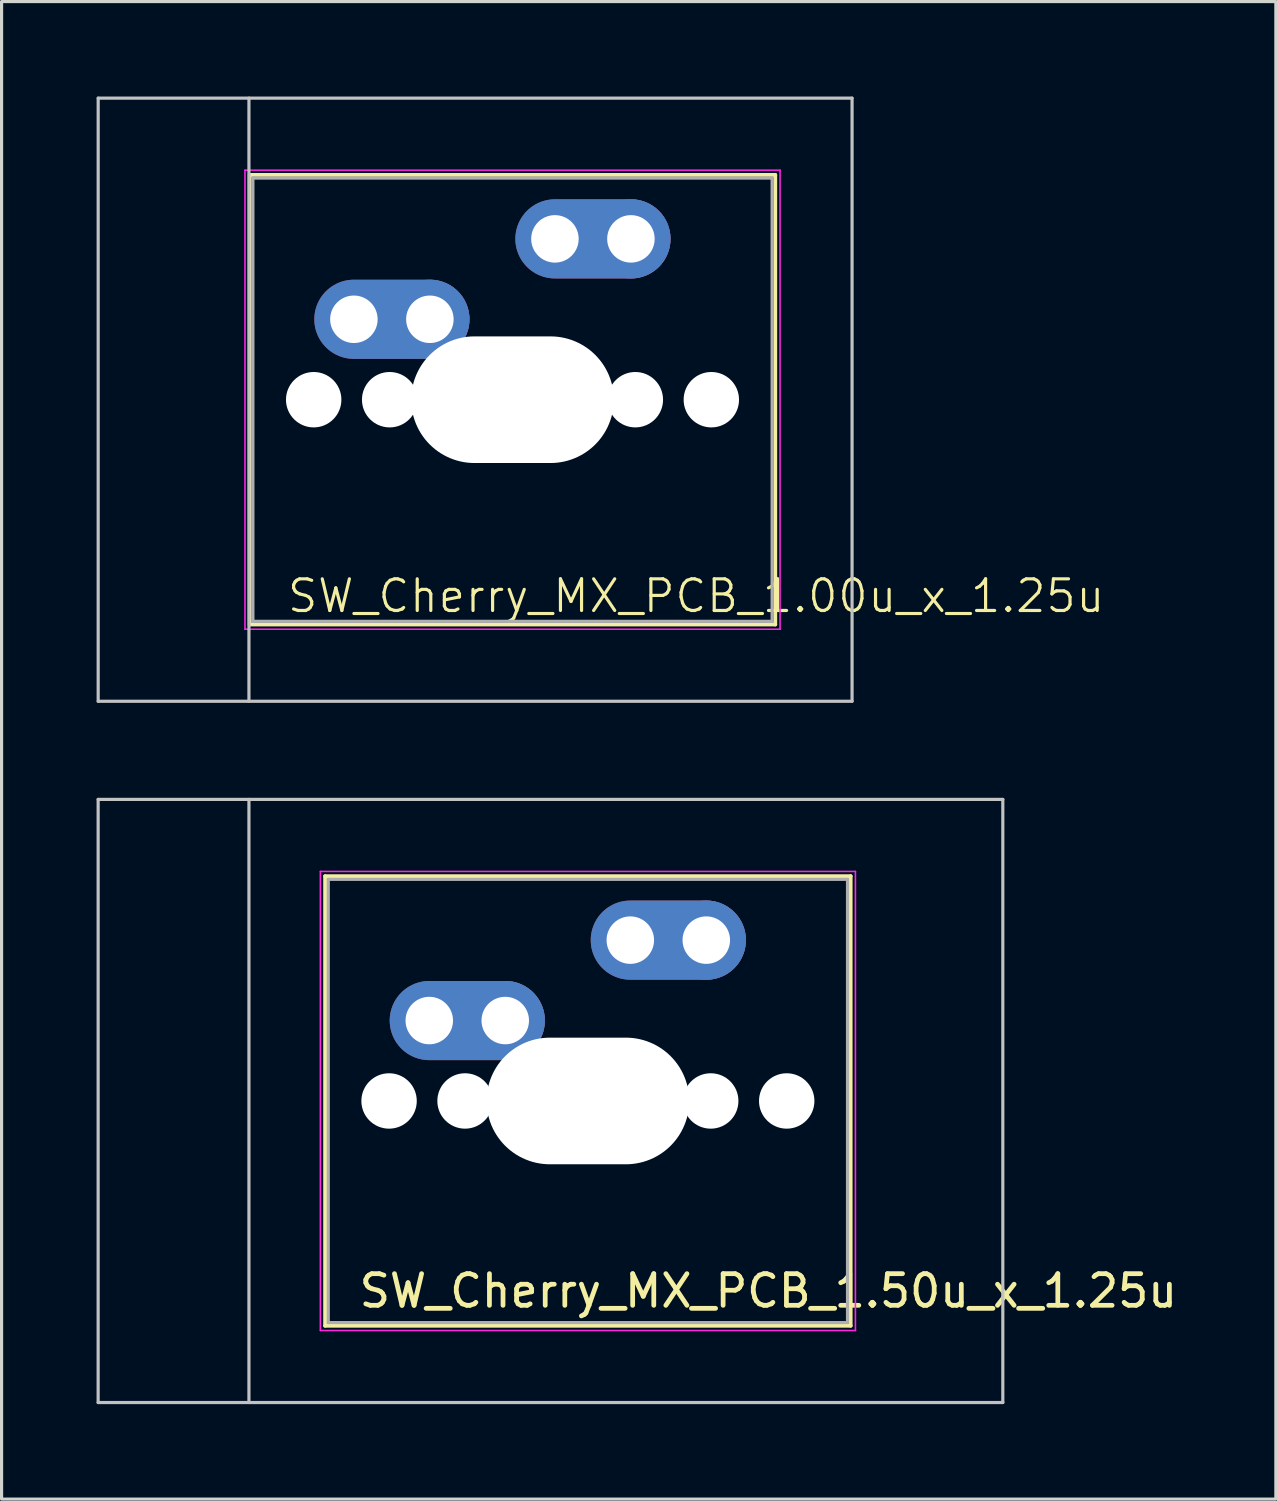
<source format=kicad_pcb>
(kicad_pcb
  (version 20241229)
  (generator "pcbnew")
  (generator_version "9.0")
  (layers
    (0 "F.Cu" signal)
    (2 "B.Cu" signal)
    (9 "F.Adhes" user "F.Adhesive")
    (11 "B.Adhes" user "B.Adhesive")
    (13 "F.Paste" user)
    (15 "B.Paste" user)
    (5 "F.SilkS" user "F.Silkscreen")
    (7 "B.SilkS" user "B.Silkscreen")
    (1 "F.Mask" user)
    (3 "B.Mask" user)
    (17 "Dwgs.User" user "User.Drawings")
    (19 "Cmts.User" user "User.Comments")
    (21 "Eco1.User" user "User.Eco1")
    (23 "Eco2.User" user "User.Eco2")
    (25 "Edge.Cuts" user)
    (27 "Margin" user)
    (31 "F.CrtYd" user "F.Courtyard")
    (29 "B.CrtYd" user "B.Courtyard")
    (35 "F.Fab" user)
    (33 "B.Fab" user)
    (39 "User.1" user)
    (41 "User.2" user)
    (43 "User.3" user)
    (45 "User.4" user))
  (footprint "SW_Cherry_MX_PCB_1.50u_x_1.25u"
    (layer "F.Cu")
    (at 16.719 31.725)
    (property "Reference" "SW_Cherry_MX_PCB_1.50u_x_1.25u" (at 4.5 6 180) (layer "F.SilkS") (effects (font (size 1 1) (thickness 0.15))))
    (attr through_hole)
    (fp_line (start -9.5 -7.1) (end -9.5 7.1) (stroke (width 0.12) (type solid)) (layer "F.SilkS"))
    (fp_line (start -9.5 7.1) (end 7.1 7.1) (stroke (width 0.12) (type solid)) (layer "F.SilkS"))
    (fp_line (start 7.1 -7.1) (end -9.5 -7.1) (stroke (width 0.12) (type solid)) (layer "F.SilkS"))
    (fp_line (start 7.1 7.1) (end 7.1 -7.1) (stroke (width 0.12) (type solid)) (layer "F.SilkS"))
    (fp_line (start -16.669 -9.525) (end -16.669 9.525) (stroke (width 0.1) (type solid)) (layer "Dwgs.User"))
    (fp_line (start -16.669 9.525) (end 11.906 9.525) (stroke (width 0.1) (type solid)) (layer "Dwgs.User"))
    (fp_line (start -11.906 -9.525) (end -11.906 9.525) (stroke (width 0.1) (type solid)) (layer "Dwgs.User"))
    (fp_line (start 11.906 -9.525) (end -16.669 -9.525) (stroke (width 0.1) (type solid)) (layer "Dwgs.User"))
    (fp_line (start 11.906 9.525) (end 11.906 -9.525) (stroke (width 0.1) (type solid)) (layer "Dwgs.User"))
    (fp_line (start -9.4 -7) (end -9.4 7) (stroke (width 0.1) (type solid)) (layer "Eco1.User"))
    (fp_line (start -9.4 7) (end 7 7) (stroke (width 0.1) (type solid)) (layer "Eco1.User"))
    (fp_line (start 7 -7) (end -9.4 -7) (stroke (width 0.1) (type solid)) (layer "Eco1.User"))
    (fp_line (start 7 7) (end 7 -7) (stroke (width 0.1) (type solid)) (layer "Eco1.User"))
    (fp_line (start -9.65 -7.25) (end -9.65 7.25) (stroke (width 0.05) (type solid)) (layer "F.CrtYd"))
    (fp_line (start -9.65 7.25) (end 7.25 7.25) (stroke (width 0.05) (type solid)) (layer "F.CrtYd"))
    (fp_line (start 7.25 -7.25) (end -9.65 -7.25) (stroke (width 0.05) (type solid)) (layer "F.CrtYd"))
    (fp_line (start 7.25 7.25) (end 7.25 -7.25) (stroke (width 0.05) (type solid)) (layer "F.CrtYd"))
    (fp_line (start -9.4 -7) (end -9.4 7) (stroke (width 0.1) (type solid)) (layer "F.Fab"))
    (fp_line (start -9.4 7) (end 7 7) (stroke (width 0.1) (type solid)) (layer "F.Fab"))
    (fp_line (start 7 -7) (end -9.4 -7) (stroke (width 0.1) (type solid)) (layer "F.Fab"))
    (fp_line (start 7 7) (end 7 -7) (stroke (width 0.1) (type solid)) (layer "F.Fab"))
    (pad "" np_thru_hole circle (at -7.48 0) (size 1.75 1.75) (drill 1.75) (layers "*.Cu" "*.Mask"))
    (pad "" np_thru_hole circle (at -5.08 0) (size 1.75 1.75) (drill 1.75) (layers "*.Cu" "*.Mask"))
    (pad "" np_thru_hole oval (at -1.2 0) (size 6.4 4) (drill oval 6.4 4) (layers "*.Cu"))
    (pad "" np_thru_hole circle (at 2.68 0) (size 1.75 1.75) (drill 1.75) (layers "*.Cu" "*.Mask"))
    (pad "" np_thru_hole circle (at 5.08 0) (size 1.75 1.75) (drill 1.75) (layers "*.Cu" "*.Mask"))
    (pad "1" thru_hole oval (at -6.21 -2.54) (size 4.9 2.5) (drill 1.5 (offset 1.2 0)) (layers "*.Cu" "*.Mask"))
    (pad "1" thru_hole circle (at -3.81 -2.54) (size 2.5 2.5) (drill 1.5) (layers "*.Cu" "*.Mask"))
    (pad "2" thru_hole oval (at 0.14 -5.08) (size 4.9 2.5) (drill 1.5 (offset 1.2 0)) (layers "*.Cu" "*.Mask"))
    (pad "2" thru_hole circle (at 2.54 -5.08) (size 2.5 2.5) (drill 1.5) (layers "*.Cu" "*.Mask")))
  (footprint "SW_Cherry_MX_PCB_1.00u_x_1.25u"
    (layer "F.Cu")
    (at 11.938 9.575)
    (property "Reference" "SW_Cherry_MX_PCB_1.00u_x_1.25u" (at 7 6.2 0) (unlocked yes) (layer "F.SilkS") (effects (font (size 1 1) (thickness 0.1))))
    (attr smd)
    (fp_line (start -7.1 -7.1) (end -7.1 7.1) (stroke (width 0.12) (type solid)) (layer "F.SilkS"))
    (fp_line (start -7.1 7.1) (end 9.5 7.1) (stroke (width 0.12) (type solid)) (layer "F.SilkS"))
    (fp_line (start 9.5 -7.1) (end -7.1 -7.1) (stroke (width 0.12) (type solid)) (layer "F.SilkS"))
    (fp_line (start 9.5 7.1) (end 9.5 -7.1) (stroke (width 0.12) (type solid)) (layer "F.SilkS"))
    (fp_line (start -11.887 -9.525) (end -11.887 9.525) (stroke (width 0.1) (type solid)) (layer "Dwgs.User"))
    (fp_line (start -11.887 9.525) (end 11.925 9.525) (stroke (width 0.1) (type solid)) (layer "Dwgs.User"))
    (fp_line (start -7.125 -9.525) (end -7.125 9.525) (stroke (width 0.1) (type solid)) (layer "Dwgs.User"))
    (fp_line (start 11.925 -9.525) (end -11.887 -9.525) (stroke (width 0.1) (type solid)) (layer "Dwgs.User"))
    (fp_line (start 11.925 9.525) (end 11.925 -9.525) (stroke (width 0.1) (type solid)) (layer "Dwgs.User"))
    (fp_line (start -7 -7) (end -7 7) (stroke (width 0.1) (type solid)) (layer "Eco1.User"))
    (fp_line (start -7 7) (end 9.4 7) (stroke (width 0.1) (type solid)) (layer "Eco1.User"))
    (fp_line (start 9.4 -7) (end -7 -7) (stroke (width 0.1) (type solid)) (layer "Eco1.User"))
    (fp_line (start 9.4 7) (end 9.4 -7) (stroke (width 0.1) (type solid)) (layer "Eco1.User"))
    (fp_line (start -7.25 -7.25) (end -7.25 7.25) (stroke (width 0.05) (type solid)) (layer "F.CrtYd"))
    (fp_line (start -7.25 7.25) (end 9.65 7.25) (stroke (width 0.05) (type solid)) (layer "F.CrtYd"))
    (fp_line (start 9.65 -7.25) (end -7.25 -7.25) (stroke (width 0.05) (type solid)) (layer "F.CrtYd"))
    (fp_line (start 9.65 7.25) (end 9.65 -7.25) (stroke (width 0.05) (type solid)) (layer "F.CrtYd"))
    (fp_line (start -7 -7) (end -7 7) (stroke (width 0.1) (type solid)) (layer "F.Fab"))
    (fp_line (start -7 7) (end 9.4 7) (stroke (width 0.1) (type solid)) (layer "F.Fab"))
    (fp_line (start 9.4 -7) (end -7 -7) (stroke (width 0.1) (type solid)) (layer "F.Fab"))
    (fp_line (start 9.4 7) (end 9.4 -7) (stroke (width 0.1) (type solid)) (layer "F.Fab"))
    (pad "" np_thru_hole circle (at -5.08 0) (size 1.75 1.75) (drill 1.75) (layers "*.Cu" "*.Mask"))
    (pad "" np_thru_hole circle (at -2.68 0) (size 1.75 1.75) (drill 1.75) (layers "*.Cu" "*.Mask"))
    (pad "" np_thru_hole oval (at 1.2 0) (size 6.4 4) (drill oval 6.4 4) (layers "*.Cu"))
    (pad "" np_thru_hole circle (at 5.08 0) (size 1.75 1.75) (drill 1.75) (layers "*.Cu" "*.Mask"))
    (pad "" np_thru_hole circle (at 7.48 0) (size 1.75 1.75) (drill 1.75) (layers "*.Cu" "*.Mask"))
    (pad "1" thru_hole oval (at -3.81 -2.54) (size 4.9 2.5) (drill 1.5 (offset 1.2 0)) (layers "*.Cu" "*.Mask"))
    (pad "1" thru_hole circle (at -1.41 -2.54) (size 2.5 2.5) (drill 1.5) (layers "*.Cu" "*.Mask"))
    (pad "2" thru_hole oval (at 2.54 -5.08) (size 4.9 2.5) (drill 1.5 (offset 1.2 0)) (layers "*.Cu" "*.Mask"))
    (pad "2" thru_hole circle (at 4.94 -5.08) (size 2.5 2.5) (drill 1.5) (layers "*.Cu" "*.Mask")))
  (gr_rect
    (start -3 -3)
    (end 37.249 44.3)
    (stroke (width 0.1) (type default))
    (fill no)
    (layer "Edge.Cuts")))
</source>
